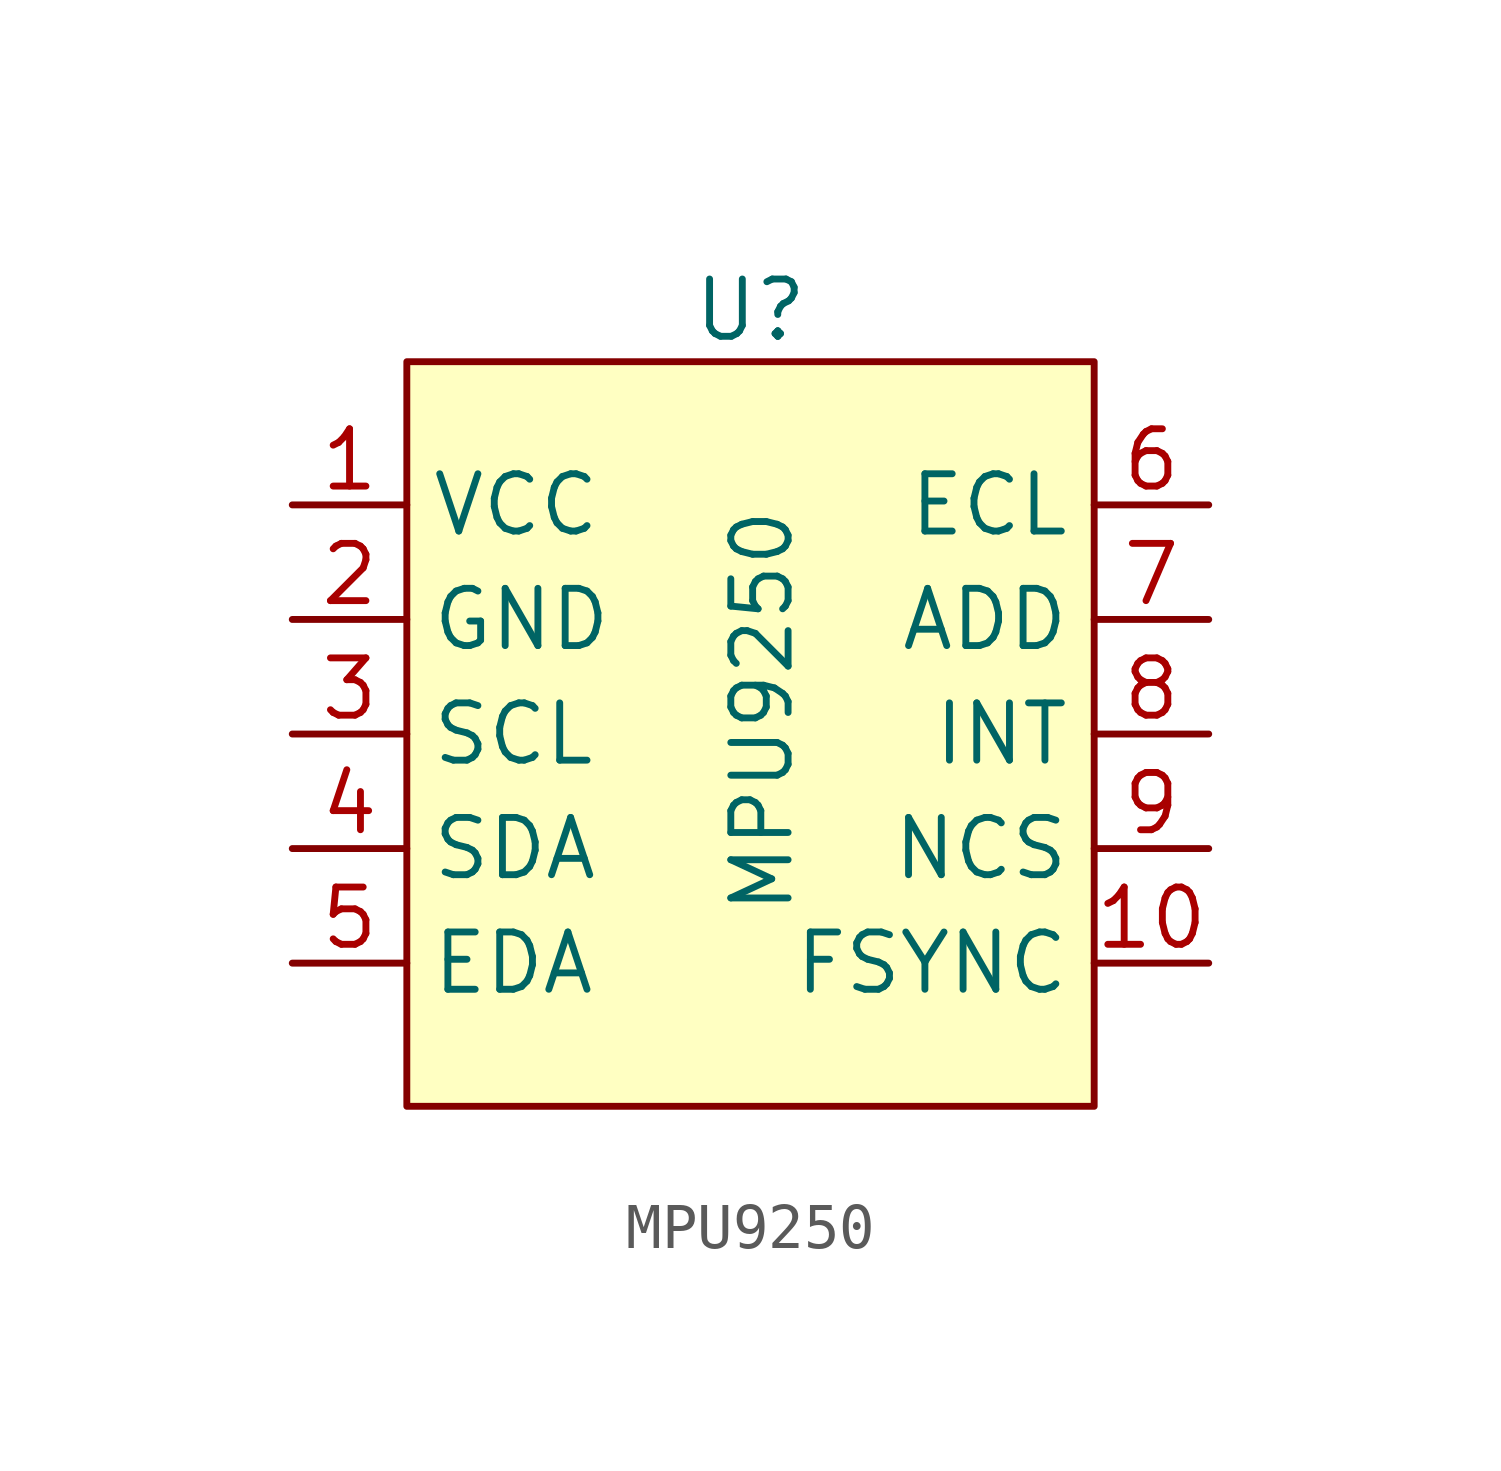
<source format=kicad_sym>
(kicad_symbol_lib
  (version 20241209)
  (generator "kicad_symbol_editor")
  (generator_version "9.0")
  (symbol "MPU9250"
    (property "Reference" "U"
      (at 0 9.398 0)
      (effects (font (size 1.27 1.27))))
    (property "Value" "MPU9250"
      (at 0.254 0.508 90)
      (effects (font (size 1.27 1.27))))
    (symbol "MPU9250_0_1"
      (rectangle (start -7.62 8.255) (end 7.62 -8.255) (stroke (width 0) (type default)) (fill (type background))))
    (symbol "MPU9250_1_1"
      (pin power_in line (at -10.16 5.08 0) (length 2.54) (name "VCC" (effects (font (size 1.27 1.27)))) (number "1" (effects (font (size 1.27 1.27)))))
      (pin power_in line (at -10.16 2.54 0) (length 2.54) (name "GND" (effects (font (size 1.27 1.27)))) (number "2" (effects (font (size 1.27 1.27)))))
      (pin input line (at -10.16 0 0) (length 2.54) (name "SCL" (effects (font (size 1.27 1.27)))) (number "3" (effects (font (size 1.27 1.27)))))
      (pin input line (at -10.16 -2.54 0) (length 2.54) (name "SDA" (effects (font (size 1.27 1.27)))) (number "4" (effects (font (size 1.27 1.27)))))
      (pin input line (at -10.16 -5.08 0) (length 2.54) (name "EDA" (effects (font (size 1.27 1.27)))) (number "5" (effects (font (size 1.27 1.27)))))
      (pin input line (at 10.16 5.08 180) (length 2.54) (name "ECL" (effects (font (size 1.27 1.27)))) (number "6" (effects (font (size 1.27 1.27)))))
      (pin input line (at 10.16 2.54 180) (length 2.54) (name "ADD" (effects (font (size 1.27 1.27)))) (number "7" (effects (font (size 1.27 1.27)))))
      (pin input line (at 10.16 0 180) (length 2.54) (name "INT" (effects (font (size 1.27 1.27)))) (number "8" (effects (font (size 1.27 1.27)))))
      (pin input line (at 10.16 -2.54 180) (length 2.54) (name "NCS" (effects (font (size 1.27 1.27)))) (number "9" (effects (font (size 1.27 1.27)))))
      (pin input line (at 10.16 -5.08 180) (length 2.54) (name "FSYNC" (effects (font (size 1.27 1.27)))) (number "10" (effects (font (size 1.27 1.27))))))))
</source>
